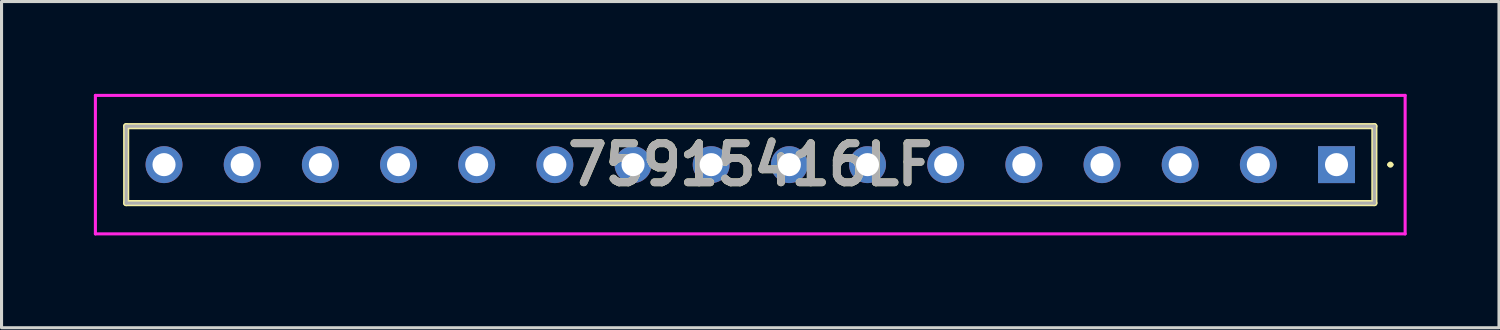
<source format=kicad_pcb>
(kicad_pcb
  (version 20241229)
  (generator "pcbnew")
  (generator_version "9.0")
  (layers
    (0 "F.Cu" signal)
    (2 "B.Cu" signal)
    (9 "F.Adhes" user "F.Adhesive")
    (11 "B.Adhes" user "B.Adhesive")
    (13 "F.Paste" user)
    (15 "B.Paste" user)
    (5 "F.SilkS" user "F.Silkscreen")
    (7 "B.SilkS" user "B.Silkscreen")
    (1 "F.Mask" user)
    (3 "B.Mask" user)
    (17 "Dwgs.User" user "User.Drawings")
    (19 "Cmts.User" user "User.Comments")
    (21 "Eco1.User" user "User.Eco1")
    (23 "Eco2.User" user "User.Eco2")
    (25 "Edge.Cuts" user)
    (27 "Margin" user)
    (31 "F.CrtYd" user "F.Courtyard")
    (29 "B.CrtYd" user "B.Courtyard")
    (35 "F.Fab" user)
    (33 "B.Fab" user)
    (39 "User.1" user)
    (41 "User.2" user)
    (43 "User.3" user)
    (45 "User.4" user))
  (footprint "75915416LF"
    (layer "F.Cu")
    (at 40.38 2.3)
    (property "Reference" "75915416LF" (at -19.05 0 0) (layer "F.SilkS") (effects (font (size 1.27 1.27) (thickness 0.254))))
    (attr through_hole)
    (fp_line (start -39.33 -1.25) (end 1.23 -1.25) (stroke (width 0.2) (type solid)) (layer "F.SilkS"))
    (fp_line (start -39.33 1.25) (end -39.33 -1.25) (stroke (width 0.2) (type solid)) (layer "F.SilkS"))
    (fp_line (start 1.23 -1.25) (end 1.23 1.25) (stroke (width 0.2) (type solid)) (layer "F.SilkS"))
    (fp_line (start 1.23 1.25) (end -39.33 1.25) (stroke (width 0.2) (type solid)) (layer "F.SilkS"))
    (fp_line (start 1.7 0) (end 1.7 0) (stroke (width 0.1) (type solid)) (layer "F.SilkS"))
    (fp_line (start 1.8 0) (end 1.8 0) (stroke (width 0.1) (type solid)) (layer "F.SilkS"))
    (fp_arc (start 1.7 0) (mid 1.75 -0.05) (end 1.8 0) (stroke (width 0.1) (type solid)) (layer "F.SilkS"))
    (fp_arc (start 1.8 0) (mid 1.75 0.05) (end 1.7 0) (stroke (width 0.1) (type solid)) (layer "F.SilkS"))
    (fp_line (start -40.33 -2.25) (end 2.23 -2.25) (stroke (width 0.1) (type solid)) (layer "F.CrtYd"))
    (fp_line (start -40.33 2.25) (end -40.33 -2.25) (stroke (width 0.1) (type solid)) (layer "F.CrtYd"))
    (fp_line (start 2.23 -2.25) (end 2.23 2.25) (stroke (width 0.1) (type solid)) (layer "F.CrtYd"))
    (fp_line (start 2.23 2.25) (end -40.33 2.25) (stroke (width 0.1) (type solid)) (layer "F.CrtYd"))
    (fp_line (start -39.33 -1.25) (end 1.23 -1.25) (stroke (width 0.1) (type solid)) (layer "F.Fab"))
    (fp_line (start -39.33 1.25) (end -39.33 -1.25) (stroke (width 0.1) (type solid)) (layer "F.Fab"))
    (fp_line (start 1.23 -1.25) (end 1.23 1.25) (stroke (width 0.1) (type solid)) (layer "F.Fab"))
    (fp_line (start 1.23 1.25) (end -39.33 1.25) (stroke (width 0.1) (type solid)) (layer "F.Fab"))
    (fp_text user "${REFERENCE}" (at -19.05 0 0) (layer "F.Fab") (effects (font (size 1.27 1.27) (thickness 0.254))))
    (pad "1" thru_hole rect (at 0 0) (size 1.2 1.2) (drill 0.75) (layers "*.Cu" "*.Mask"))
    (pad "2" thru_hole circle (at -2.54 0) (size 1.2 1.2) (drill 0.75) (layers "*.Cu" "*.Mask"))
    (pad "3" thru_hole circle (at -5.08 0) (size 1.2 1.2) (drill 0.75) (layers "*.Cu" "*.Mask"))
    (pad "4" thru_hole circle (at -7.62 0) (size 1.2 1.2) (drill 0.75) (layers "*.Cu" "*.Mask"))
    (pad "5" thru_hole circle (at -10.16 0) (size 1.2 1.2) (drill 0.75) (layers "*.Cu" "*.Mask"))
    (pad "6" thru_hole circle (at -12.7 0) (size 1.2 1.2) (drill 0.75) (layers "*.Cu" "*.Mask"))
    (pad "7" thru_hole circle (at -15.24 0) (size 1.2 1.2) (drill 0.75) (layers "*.Cu" "*.Mask"))
    (pad "8" thru_hole circle (at -17.78 0) (size 1.2 1.2) (drill 0.75) (layers "*.Cu" "*.Mask"))
    (pad "9" thru_hole circle (at -20.32 0) (size 1.2 1.2) (drill 0.75) (layers "*.Cu" "*.Mask"))
    (pad "10" thru_hole circle (at -22.86 0) (size 1.2 1.2) (drill 0.75) (layers "*.Cu" "*.Mask"))
    (pad "11" thru_hole circle (at -25.4 0) (size 1.2 1.2) (drill 0.75) (layers "*.Cu" "*.Mask"))
    (pad "12" thru_hole circle (at -27.94 0) (size 1.2 1.2) (drill 0.75) (layers "*.Cu" "*.Mask"))
    (pad "13" thru_hole circle (at -30.48 0) (size 1.2 1.2) (drill 0.75) (layers "*.Cu" "*.Mask"))
    (pad "14" thru_hole circle (at -33.02 0) (size 1.2 1.2) (drill 0.75) (layers "*.Cu" "*.Mask"))
    (pad "15" thru_hole circle (at -35.56 0) (size 1.2 1.2) (drill 0.75) (layers "*.Cu" "*.Mask"))
    (pad "16" thru_hole circle (at -38.1 0) (size 1.2 1.2) (drill 0.75) (layers "*.Cu" "*.Mask")))
  (gr_rect
    (start -3 -3)
    (end 45.66 7.6)
    (stroke (width 0.1) (type default))
    (fill no)
    (layer "Edge.Cuts")))
</source>
